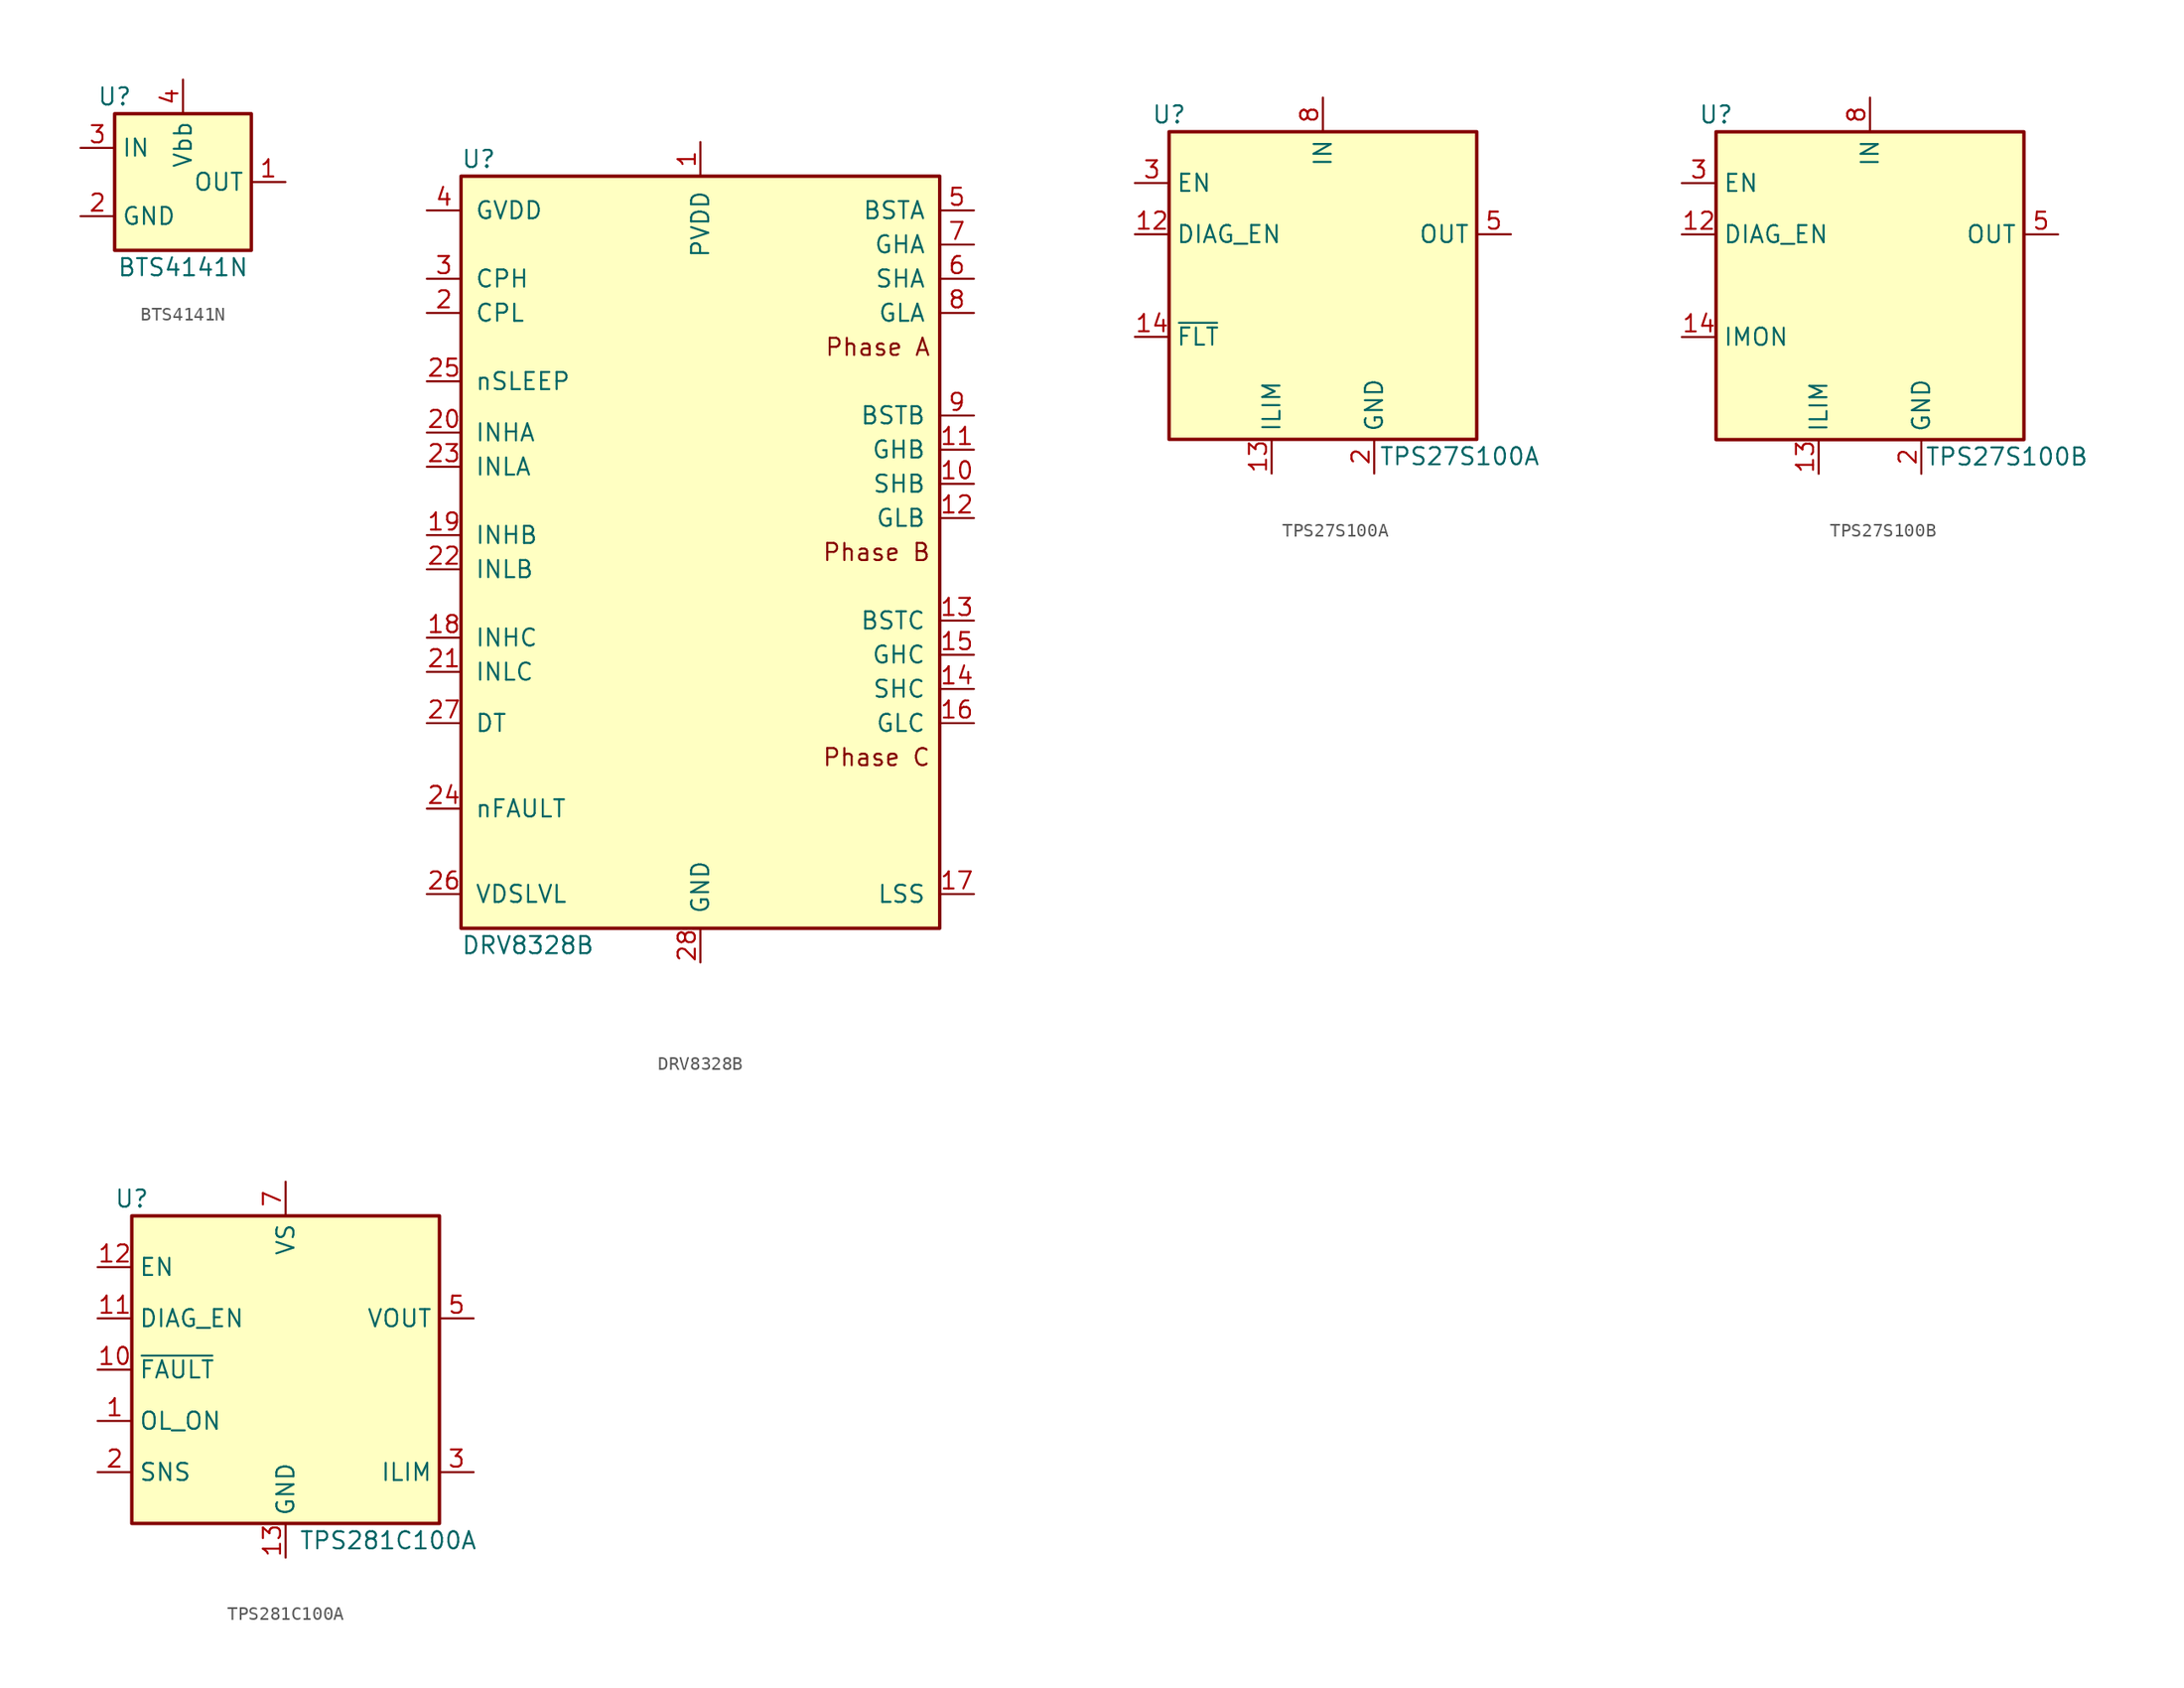
<source format=kicad_sym>
(kicad_symbol_lib
  (version 20231120)
  (generator "kicad_symbol_editor")
  (generator_version "8.0")
  (symbol "BTS4141N"
    (property "Reference" "U"
      (at -5.08 6.35 0)
      (effects (font (size 1.27 1.27))))
    (property "Value" "BTS4141N"
      (at 0 -6.35 0)
      (effects (font (size 1.27 1.27))))
    (symbol "BTS4141N_0_1"
      (rectangle (start -5.08 5.08) (end 5.08 -5.08) (stroke (width 0.254) (type default)) (fill (type background))))
    (symbol "BTS4141N_1_1"
      (pin power_out line (at 7.62 0 180) (length 2.54) (name "OUT" (effects (font (size 1.27 1.27)))) (number "1" (effects (font (size 1.27 1.27)))))
      (pin power_in line (at -7.62 -2.54 0) (length 2.54) (name "GND" (effects (font (size 1.27 1.27)))) (number "2" (effects (font (size 1.27 1.27)))))
      (pin input line (at -7.62 2.54 0) (length 2.54) (name "IN" (effects (font (size 1.27 1.27)))) (number "3" (effects (font (size 1.27 1.27)))))
      (pin power_in line (at 0 7.62 270) (length 2.54) (name "Vbb" (effects (font (size 1.27 1.27)))) (number "4" (effects (font (size 1.27 1.27)))))))
  (symbol "DRV8328B"
    (pin_names
      (offset 1.016))
    (property "Reference" "U"
      (at -17.78 29.21 0)
      (effects (font (size 1.27 1.27)) (justify left)))
    (property "Value" "DRV8328B"
      (at -17.78 -29.21 0)
      (effects (font (size 1.27 1.27)) (justify left)))
    (symbol "DRV8328B_0_1"
      (rectangle (start -17.78 27.94) (end 17.78 -27.94) (stroke (width 0.254) (type default)) (fill (type background))))
    (symbol "DRV8328B_1_0"
      (text "Phase A" (at 17.145 15.24 0) (effects (font (size 1.27 1.27)) (justify right)))
      (text "Phase B" (at 17.145 0 0) (effects (font (size 1.27 1.27)) (justify right)))
      (text "Phase C" (at 17.145 -15.24 0) (effects (font (size 1.27 1.27)) (justify right))))
    (symbol "DRV8328B_1_1"
      (pin power_in line (at 0 30.48 270) (length 2.54) (name "PVDD" (effects (font (size 1.27 1.27)))) (number "1" (effects (font (size 1.27 1.27)))))
      (pin bidirectional line (at 20.32 5.08 180) (length 2.54) (name "SHB" (effects (font (size 1.27 1.27)))) (number "10" (effects (font (size 1.27 1.27)))))
      (pin output line (at 20.32 7.62 180) (length 2.54) (name "GHB" (effects (font (size 1.27 1.27)))) (number "11" (effects (font (size 1.27 1.27)))))
      (pin output line (at 20.32 2.54 180) (length 2.54) (name "GLB" (effects (font (size 1.27 1.27)))) (number "12" (effects (font (size 1.27 1.27)))))
      (pin output line (at 20.32 -5.08 180) (length 2.54) (name "BSTC" (effects (font (size 1.27 1.27)))) (number "13" (effects (font (size 1.27 1.27)))))
      (pin bidirectional line (at 20.32 -10.16 180) (length 2.54) (name "SHC" (effects (font (size 1.27 1.27)))) (number "14" (effects (font (size 1.27 1.27)))))
      (pin output line (at 20.32 -7.62 180) (length 2.54) (name "GHC" (effects (font (size 1.27 1.27)))) (number "15" (effects (font (size 1.27 1.27)))))
      (pin output line (at 20.32 -12.7 180) (length 2.54) (name "GLC" (effects (font (size 1.27 1.27)))) (number "16" (effects (font (size 1.27 1.27)))))
      (pin input line (at 20.32 -25.4 180) (length 2.54) (name "LSS" (effects (font (size 1.27 1.27)))) (number "17" (effects (font (size 1.27 1.27)))))
      (pin input line (at -20.32 -6.35 0) (length 2.54) (name "INHC" (effects (font (size 1.27 1.27)))) (number "18" (effects (font (size 1.27 1.27)))))
      (pin input line (at -20.32 1.27 0) (length 2.54) (name "INHB" (effects (font (size 1.27 1.27)))) (number "19" (effects (font (size 1.27 1.27)))))
      (pin passive line (at -20.32 17.78 0) (length 2.54) (name "CPL" (effects (font (size 1.27 1.27)))) (number "2" (effects (font (size 1.27 1.27)))))
      (pin input line (at -20.32 8.89 0) (length 2.54) (name "INHA" (effects (font (size 1.27 1.27)))) (number "20" (effects (font (size 1.27 1.27)))))
      (pin input line (at -20.32 -8.89 0) (length 2.54) (name "INLC" (effects (font (size 1.27 1.27)))) (number "21" (effects (font (size 1.27 1.27)))))
      (pin input line (at -20.32 -1.27 0) (length 2.54) (name "INLB" (effects (font (size 1.27 1.27)))) (number "22" (effects (font (size 1.27 1.27)))))
      (pin input line (at -20.32 6.35 0) (length 2.54) (name "INLA" (effects (font (size 1.27 1.27)))) (number "23" (effects (font (size 1.27 1.27)))))
      (pin open_collector line (at -20.32 -19.05 0) (length 2.54) (name "nFAULT" (effects (font (size 1.27 1.27)))) (number "24" (effects (font (size 1.27 1.27)))))
      (pin input line (at -20.32 12.7 0) (length 2.54) (name "nSLEEP" (effects (font (size 1.27 1.27)))) (number "25" (effects (font (size 1.27 1.27)))))
      (pin input line (at -20.32 -25.4 0) (length 2.54) (name "VDSLVL" (effects (font (size 1.27 1.27)))) (number "26" (effects (font (size 1.27 1.27)))))
      (pin input line (at -20.32 -12.7 0) (length 2.54) (name "DT" (effects (font (size 1.27 1.27)))) (number "27" (effects (font (size 1.27 1.27)))))
      (pin power_in line (at 0 -30.48 90) (length 2.54) (name "GND" (effects (font (size 1.27 1.27)))) (number "28" (effects (font (size 1.27 1.27)))))
      (pin passive line (at 0 -30.48 90) (length 2.54) hide (name "GND" (effects (font (size 1.27 1.27)))) (number "29" (effects (font (size 1.27 1.27)))))
      (pin passive line (at -20.32 20.32 0) (length 2.54) (name "CPH" (effects (font (size 1.27 1.27)))) (number "3" (effects (font (size 1.27 1.27)))))
      (pin power_out line (at -20.32 25.4 0) (length 2.54) (name "GVDD" (effects (font (size 1.27 1.27)))) (number "4" (effects (font (size 1.27 1.27)))))
      (pin output line (at 20.32 25.4 180) (length 2.54) (name "BSTA" (effects (font (size 1.27 1.27)))) (number "5" (effects (font (size 1.27 1.27)))))
      (pin bidirectional line (at 20.32 20.32 180) (length 2.54) (name "SHA" (effects (font (size 1.27 1.27)))) (number "6" (effects (font (size 1.27 1.27)))))
      (pin output line (at 20.32 22.86 180) (length 2.54) (name "GHA" (effects (font (size 1.27 1.27)))) (number "7" (effects (font (size 1.27 1.27)))))
      (pin output line (at 20.32 17.78 180) (length 2.54) (name "GLA" (effects (font (size 1.27 1.27)))) (number "8" (effects (font (size 1.27 1.27)))))
      (pin output line (at 20.32 10.16 180) (length 2.54) (name "BSTB" (effects (font (size 1.27 1.27)))) (number "9" (effects (font (size 1.27 1.27)))))))
  (symbol "TPS27S100A"
    (property "Reference" "U"
      (at -11.43 12.7 0)
      (effects (font (size 1.27 1.27))))
    (property "Value" "TPS27S100A"
      (at 10.16 -12.7 0)
      (effects (font (size 1.27 1.27))))
    (symbol "TPS27S100A_0_1"
      (rectangle (start -11.43 11.43) (end 11.43 -11.43) (stroke (width 0.254) (type default)) (fill (type background))))
    (symbol "TPS27S100A_1_1"
      (pin no_connect line (at 13.97 0 180) (length 2.54) hide (name "NC" (effects (font (size 1.27 1.27)))) (number "1" (effects (font (size 1.27 1.27)))))
      (pin passive line (at 0 13.97 270) (length 2.54) hide (name "IN" (effects (font (size 1.27 1.27)))) (number "10" (effects (font (size 1.27 1.27)))))
      (pin input line (at -13.97 3.81 0) (length 2.54) (name "DIAG_EN" (effects (font (size 1.27 1.27)))) (number "12" (effects (font (size 1.27 1.27)))))
      (pin input line (at -3.81 -13.97 90) (length 2.54) (name "ILIM" (effects (font (size 1.27 1.27)))) (number "13" (effects (font (size 1.27 1.27)))))
      (pin open_collector line (at -13.97 -3.81 0) (length 2.54) (name "~{FLT}" (effects (font (size 1.27 1.27)))) (number "14" (effects (font (size 1.27 1.27)))))
      (pin power_in line (at 3.81 -13.97 90) (length 2.54) hide (name "GND" (effects (font (size 1.27 1.27)))) (number "15" (effects (font (size 1.27 1.27)))))
      (pin power_in line (at 3.81 -13.97 90) (length 2.54) (name "GND" (effects (font (size 1.27 1.27)))) (number "2" (effects (font (size 1.27 1.27)))))
      (pin input line (at -13.97 7.62 0) (length 2.54) (name "EN" (effects (font (size 1.27 1.27)))) (number "3" (effects (font (size 1.27 1.27)))))
      (pin no_connect line (at 13.97 -3.81 180) (length 2.54) hide (name "NC" (effects (font (size 1.27 1.27)))) (number "4" (effects (font (size 1.27 1.27)))))
      (pin power_out line (at 13.97 3.81 180) (length 2.54) (name "OUT" (effects (font (size 1.27 1.27)))) (number "5" (effects (font (size 1.27 1.27)))))
      (pin passive line (at 13.97 3.81 180) (length 2.54) hide (name "OUT" (effects (font (size 1.27 1.27)))) (number "6" (effects (font (size 1.27 1.27)))))
      (pin passive line (at 13.97 3.81 180) (length 2.54) hide (name "OUT" (effects (font (size 1.27 1.27)))) (number "7" (effects (font (size 1.27 1.27)))))
      (pin power_in line (at 0 13.97 270) (length 2.54) (name "IN" (effects (font (size 1.27 1.27)))) (number "8" (effects (font (size 1.27 1.27)))))
      (pin passive line (at 0 13.97 270) (length 2.54) hide (name "IN" (effects (font (size 1.27 1.27)))) (number "9" (effects (font (size 1.27 1.27)))))))
  (symbol "TPS27S100B"
    (property "Reference" "U"
      (at -11.43 12.7 0)
      (effects (font (size 1.27 1.27))))
    (property "Value" "TPS27S100B"
      (at 10.16 -12.7 0)
      (effects (font (size 1.27 1.27))))
    (symbol "TPS27S100B_0_1"
      (rectangle (start -11.43 11.43) (end 11.43 -11.43) (stroke (width 0.254) (type default)) (fill (type background))))
    (symbol "TPS27S100B_1_1"
      (pin no_connect line (at 13.97 0 180) (length 2.54) hide (name "NC" (effects (font (size 1.27 1.27)))) (number "1" (effects (font (size 1.27 1.27)))))
      (pin passive line (at 0 13.97 270) (length 2.54) hide (name "IN" (effects (font (size 1.27 1.27)))) (number "10" (effects (font (size 1.27 1.27)))))
      (pin input line (at -13.97 3.81 0) (length 2.54) (name "DIAG_EN" (effects (font (size 1.27 1.27)))) (number "12" (effects (font (size 1.27 1.27)))))
      (pin input line (at -3.81 -13.97 90) (length 2.54) (name "ILIM" (effects (font (size 1.27 1.27)))) (number "13" (effects (font (size 1.27 1.27)))))
      (pin output line (at -13.97 -3.81 0) (length 2.54) (name "IMON" (effects (font (size 1.27 1.27)))) (number "14" (effects (font (size 1.27 1.27)))))
      (pin power_in line (at 3.81 -13.97 90) (length 2.54) hide (name "GND" (effects (font (size 1.27 1.27)))) (number "15" (effects (font (size 1.27 1.27)))))
      (pin power_in line (at 3.81 -13.97 90) (length 2.54) (name "GND" (effects (font (size 1.27 1.27)))) (number "2" (effects (font (size 1.27 1.27)))))
      (pin input line (at -13.97 7.62 0) (length 2.54) (name "EN" (effects (font (size 1.27 1.27)))) (number "3" (effects (font (size 1.27 1.27)))))
      (pin no_connect line (at 13.97 -3.81 180) (length 2.54) hide (name "NC" (effects (font (size 1.27 1.27)))) (number "4" (effects (font (size 1.27 1.27)))))
      (pin power_out line (at 13.97 3.81 180) (length 2.54) (name "OUT" (effects (font (size 1.27 1.27)))) (number "5" (effects (font (size 1.27 1.27)))))
      (pin passive line (at 13.97 3.81 180) (length 2.54) hide (name "OUT" (effects (font (size 1.27 1.27)))) (number "6" (effects (font (size 1.27 1.27)))))
      (pin passive line (at 13.97 3.81 180) (length 2.54) hide (name "OUT" (effects (font (size 1.27 1.27)))) (number "7" (effects (font (size 1.27 1.27)))))
      (pin power_in line (at 0 13.97 270) (length 2.54) (name "IN" (effects (font (size 1.27 1.27)))) (number "8" (effects (font (size 1.27 1.27)))))
      (pin passive line (at 0 13.97 270) (length 2.54) hide (name "IN" (effects (font (size 1.27 1.27)))) (number "9" (effects (font (size 1.27 1.27)))))))
  (symbol "TPS281C100A"
    (property "Reference" "U"
      (at -11.43 12.7 0)
      (effects (font (size 1.27 1.27))))
    (property "Value" "TPS281C100A"
      (at 7.62 -12.7 0)
      (effects (font (size 1.27 1.27))))
    (symbol "TPS281C100A_0_1"
      (rectangle (start -11.43 11.43) (end 11.43 -11.43) (stroke (width 0.254) (type default)) (fill (type background))))
    (symbol "TPS281C100A_1_1"
      (pin input line (at -13.97 -3.81 0) (length 2.54) (name "OL_ON" (effects (font (size 1.27 1.27)))) (number "1" (effects (font (size 1.27 1.27)))))
      (pin open_collector line (at -13.97 0 0) (length 2.54) (name "~{FAULT}" (effects (font (size 1.27 1.27)))) (number "10" (effects (font (size 1.27 1.27)))))
      (pin input line (at -13.97 3.81 0) (length 2.54) (name "DIAG_EN" (effects (font (size 1.27 1.27)))) (number "11" (effects (font (size 1.27 1.27)))))
      (pin input line (at -13.97 7.62 0) (length 2.54) (name "EN" (effects (font (size 1.27 1.27)))) (number "12" (effects (font (size 1.27 1.27)))))
      (pin power_in line (at 0 -13.97 90) (length 2.54) (name "GND" (effects (font (size 1.27 1.27)))) (number "13" (effects (font (size 1.27 1.27)))))
      (pin output line (at -13.97 -7.62 0) (length 2.54) (name "SNS" (effects (font (size 1.27 1.27)))) (number "2" (effects (font (size 1.27 1.27)))))
      (pin input line (at 13.97 -7.62 180) (length 2.54) (name "ILIM" (effects (font (size 1.27 1.27)))) (number "3" (effects (font (size 1.27 1.27)))))
      (pin no_connect line (at 13.97 0 180) (length 2.54) hide (name "NC" (effects (font (size 1.27 1.27)))) (number "4" (effects (font (size 1.27 1.27)))))
      (pin power_out line (at 13.97 3.81 180) (length 2.54) (name "VOUT" (effects (font (size 1.27 1.27)))) (number "5" (effects (font (size 1.27 1.27)))))
      (pin passive line (at 13.97 3.81 180) (length 2.54) hide (name "VOUT" (effects (font (size 1.27 1.27)))) (number "6" (effects (font (size 1.27 1.27)))))
      (pin power_in line (at 0 13.97 270) (length 2.54) (name "VS" (effects (font (size 1.27 1.27)))) (number "7" (effects (font (size 1.27 1.27)))))
      (pin passive line (at 0 13.97 270) (length 2.54) hide (name "VS" (effects (font (size 1.27 1.27)))) (number "8" (effects (font (size 1.27 1.27)))))
      (pin no_connect line (at 13.97 -3.81 180) (length 2.54) hide (name "NC" (effects (font (size 1.27 1.27)))) (number "9" (effects (font (size 1.27 1.27))))))))
</source>
